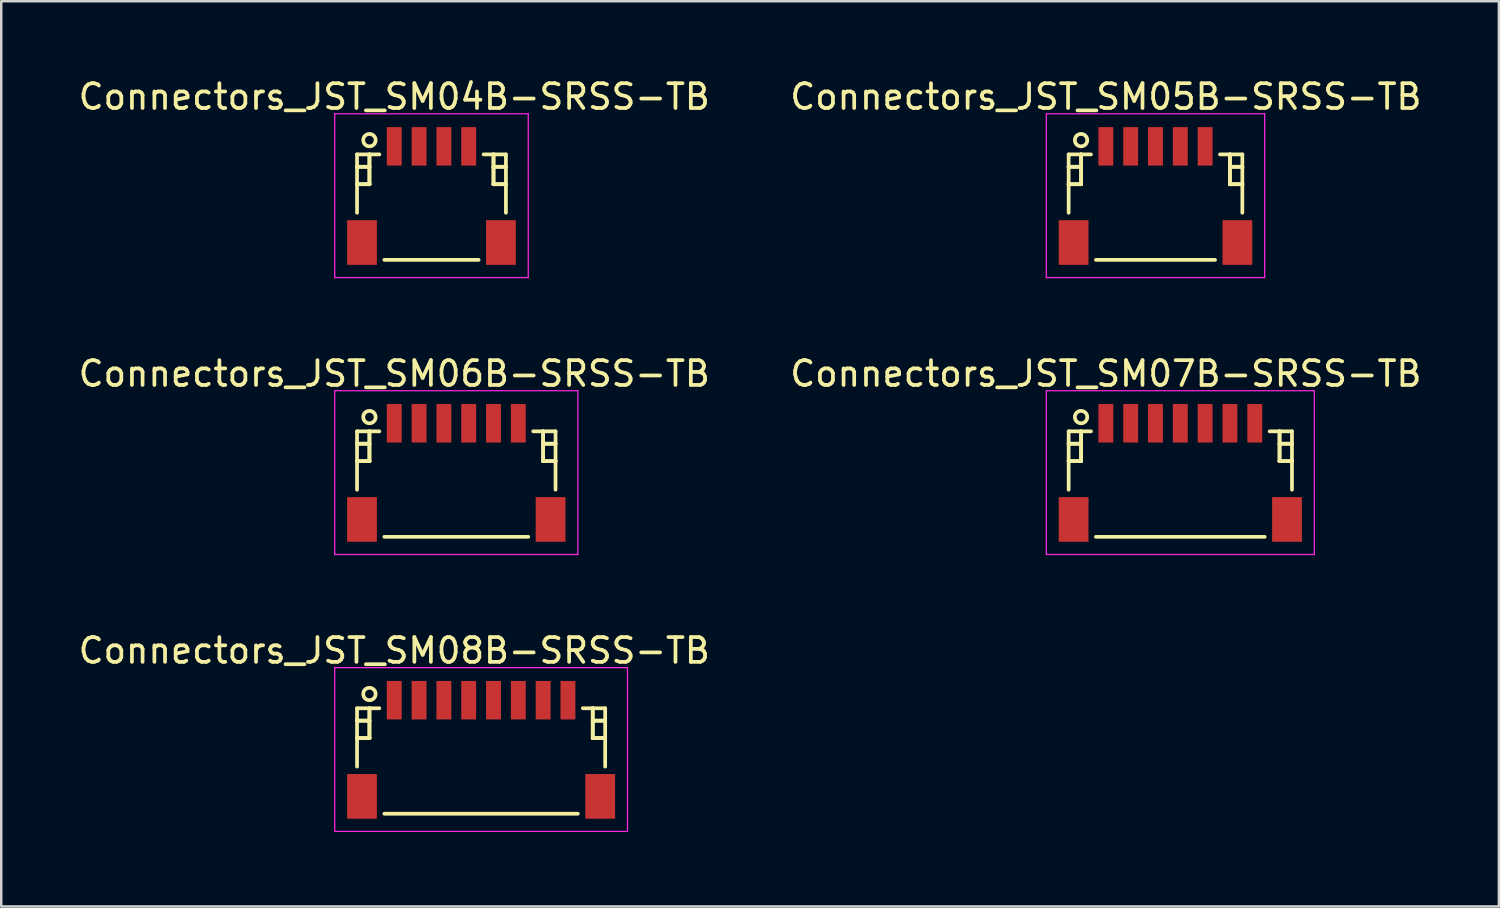
<source format=kicad_pcb>
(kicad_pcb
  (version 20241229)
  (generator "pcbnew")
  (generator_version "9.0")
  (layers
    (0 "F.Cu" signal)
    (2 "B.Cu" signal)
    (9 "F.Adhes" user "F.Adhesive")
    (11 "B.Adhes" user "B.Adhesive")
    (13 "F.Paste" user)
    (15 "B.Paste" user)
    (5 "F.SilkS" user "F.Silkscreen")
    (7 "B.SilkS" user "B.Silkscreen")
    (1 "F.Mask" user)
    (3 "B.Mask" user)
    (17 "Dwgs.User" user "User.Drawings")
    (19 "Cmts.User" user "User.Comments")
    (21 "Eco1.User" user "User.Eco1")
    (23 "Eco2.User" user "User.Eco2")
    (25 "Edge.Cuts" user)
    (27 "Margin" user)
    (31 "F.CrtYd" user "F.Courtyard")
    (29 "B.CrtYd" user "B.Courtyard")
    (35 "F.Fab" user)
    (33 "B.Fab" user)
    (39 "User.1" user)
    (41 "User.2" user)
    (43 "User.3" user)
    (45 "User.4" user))
  (footprint "Connectors_JST_SM06B-SRSS-TB"
    (layer "F.Cu")
    (at 15.339 15.947)
    (property "Reference" "Connectors_JST_SM06B-SRSS-TB" (at -2.5 -3.938 0) (layer "F.SilkS") (effects (font (size 1 1) (thickness 0.15))))
    (attr smd)
    (fp_line (start -4 -1.613) (end -3.1 -1.613) (stroke (width 0.15) (type solid)) (layer "F.SilkS"))
    (fp_line (start -4 -1.113) (end -4 -1.113) (stroke (width 0.15) (type solid)) (layer "F.SilkS"))
    (fp_line (start -4 -1.113) (end -3.5 -1.113) (stroke (width 0.15) (type solid)) (layer "F.SilkS"))
    (fp_line (start -4 -0.412) (end -4 -0.412) (stroke (width 0.15) (type solid)) (layer "F.SilkS"))
    (fp_line (start -4 -0.412) (end -3.5 -0.412) (stroke (width 0.15) (type solid)) (layer "F.SilkS"))
    (fp_line (start -4 0.738) (end -4 -1.613) (stroke (width 0.15) (type solid)) (layer "F.SilkS"))
    (fp_line (start -3.5 -1.613) (end -3.5 -1.613) (stroke (width 0.15) (type solid)) (layer "F.SilkS"))
    (fp_line (start -3.5 -1.613) (end -3.5 -0.412) (stroke (width 0.15) (type solid)) (layer "F.SilkS"))
    (fp_line (start -3.5 -1.113) (end -4 -1.113) (stroke (width 0.15) (type solid)) (layer "F.SilkS"))
    (fp_line (start -3.5 -1.113) (end -3.5 -1.113) (stroke (width 0.15) (type solid)) (layer "F.SilkS"))
    (fp_line (start -3.5 -0.412) (end -4 -0.412) (stroke (width 0.15) (type solid)) (layer "F.SilkS"))
    (fp_line (start -3.5 -0.412) (end -3.5 -1.613) (stroke (width 0.15) (type solid)) (layer "F.SilkS"))
    (fp_line (start -3.5 -0.412) (end -3.5 -0.412) (stroke (width 0.15) (type solid)) (layer "F.SilkS"))
    (fp_line (start -3.5 -0.412) (end -3.5 -0.412) (stroke (width 0.15) (type solid)) (layer "F.SilkS"))
    (fp_line (start -2.9 2.638) (end 2.9 2.638) (stroke (width 0.15) (type solid)) (layer "F.SilkS"))
    (fp_line (start 3.5 -1.613) (end 3.5 -1.613) (stroke (width 0.15) (type solid)) (layer "F.SilkS"))
    (fp_line (start 3.5 -1.613) (end 3.5 -0.412) (stroke (width 0.15) (type solid)) (layer "F.SilkS"))
    (fp_line (start 3.5 -1.113) (end 3.5 -1.113) (stroke (width 0.15) (type solid)) (layer "F.SilkS"))
    (fp_line (start 3.5 -1.113) (end 4 -1.113) (stroke (width 0.15) (type solid)) (layer "F.SilkS"))
    (fp_line (start 3.5 -0.412) (end 3.5 -1.613) (stroke (width 0.15) (type solid)) (layer "F.SilkS"))
    (fp_line (start 3.5 -0.412) (end 3.5 -0.412) (stroke (width 0.15) (type solid)) (layer "F.SilkS"))
    (fp_line (start 3.5 -0.412) (end 3.5 -0.412) (stroke (width 0.15) (type solid)) (layer "F.SilkS"))
    (fp_line (start 3.5 -0.412) (end 4 -0.412) (stroke (width 0.15) (type solid)) (layer "F.SilkS"))
    (fp_line (start 4 -1.613) (end 3.1 -1.613) (stroke (width 0.15) (type solid)) (layer "F.SilkS"))
    (fp_line (start 4 -1.113) (end 3.5 -1.113) (stroke (width 0.15) (type solid)) (layer "F.SilkS"))
    (fp_line (start 4 -1.113) (end 4 -1.113) (stroke (width 0.15) (type solid)) (layer "F.SilkS"))
    (fp_line (start 4 -0.412) (end 3.5 -0.412) (stroke (width 0.15) (type solid)) (layer "F.SilkS"))
    (fp_line (start 4 -0.412) (end 4 -0.412) (stroke (width 0.15) (type solid)) (layer "F.SilkS"))
    (fp_line (start 4 0.738) (end 4 -1.613) (stroke (width 0.15) (type solid)) (layer "F.SilkS"))
    (fp_circle (center -3.5 -2.188) (end -3.25 -2.188) (stroke (width 0.15) (type solid)) (fill no) (layer "F.SilkS"))
    (fp_line (start -4.9 -3.25) (end 4.9 -3.25) (stroke (width 0.05) (type solid)) (layer "F.CrtYd"))
    (fp_line (start -4.9 3.35) (end -4.9 -3.25) (stroke (width 0.05) (type solid)) (layer "F.CrtYd"))
    (fp_line (start 4.9 -3.25) (end 4.9 3.35) (stroke (width 0.05) (type solid)) (layer "F.CrtYd"))
    (fp_line (start 4.9 3.35) (end -4.9 3.35) (stroke (width 0.05) (type solid)) (layer "F.CrtYd"))
    (pad "" smd rect (at -3.8 1.938) (size 1.2 1.8) (layers "F.Cu" "F.Mask" "F.Paste"))
    (pad "" smd rect (at 3.8 1.938) (size 1.2 1.8) (layers "F.Cu" "F.Mask" "F.Paste"))
    (pad "1" smd rect (at -2.5 -1.938) (size 0.6 1.55) (layers "F.Cu" "F.Mask" "F.Paste"))
    (pad "2" smd rect (at -1.5 -1.938) (size 0.6 1.55) (layers "F.Cu" "F.Mask" "F.Paste"))
    (pad "3" smd rect (at -0.5 -1.938) (size 0.6 1.55) (layers "F.Cu" "F.Mask" "F.Paste"))
    (pad "4" smd rect (at 0.5 -1.938) (size 0.6 1.55) (layers "F.Cu" "F.Mask" "F.Paste"))
    (pad "5" smd rect (at 1.5 -1.938) (size 0.6 1.55) (layers "F.Cu" "F.Mask" "F.Paste"))
    (pad "6" smd rect (at 2.5 -1.938) (size 0.6 1.55) (layers "F.Cu" "F.Mask" "F.Paste")))
  (footprint "Connectors_JST_SM07B-SRSS-TB"
    (layer "F.Cu")
    (at 44.518 15.947)
    (property "Reference" "Connectors_JST_SM07B-SRSS-TB" (at -3 -3.938 0) (layer "F.SilkS") (effects (font (size 1 1) (thickness 0.15))))
    (attr smd)
    (fp_line (start -4.5 -1.613) (end -3.6 -1.613) (stroke (width 0.15) (type solid)) (layer "F.SilkS"))
    (fp_line (start -4.5 -1.113) (end -4.5 -1.113) (stroke (width 0.15) (type solid)) (layer "F.SilkS"))
    (fp_line (start -4.5 -1.113) (end -4 -1.113) (stroke (width 0.15) (type solid)) (layer "F.SilkS"))
    (fp_line (start -4.5 -0.412) (end -4.5 -0.412) (stroke (width 0.15) (type solid)) (layer "F.SilkS"))
    (fp_line (start -4.5 -0.412) (end -4 -0.412) (stroke (width 0.15) (type solid)) (layer "F.SilkS"))
    (fp_line (start -4.5 0.738) (end -4.5 -1.613) (stroke (width 0.15) (type solid)) (layer "F.SilkS"))
    (fp_line (start -4 -1.613) (end -4 -1.613) (stroke (width 0.15) (type solid)) (layer "F.SilkS"))
    (fp_line (start -4 -1.613) (end -4 -0.412) (stroke (width 0.15) (type solid)) (layer "F.SilkS"))
    (fp_line (start -4 -1.113) (end -4.5 -1.113) (stroke (width 0.15) (type solid)) (layer "F.SilkS"))
    (fp_line (start -4 -1.113) (end -4 -1.113) (stroke (width 0.15) (type solid)) (layer "F.SilkS"))
    (fp_line (start -4 -0.412) (end -4.5 -0.412) (stroke (width 0.15) (type solid)) (layer "F.SilkS"))
    (fp_line (start -4 -0.412) (end -4 -1.613) (stroke (width 0.15) (type solid)) (layer "F.SilkS"))
    (fp_line (start -4 -0.412) (end -4 -0.412) (stroke (width 0.15) (type solid)) (layer "F.SilkS"))
    (fp_line (start -4 -0.412) (end -4 -0.412) (stroke (width 0.15) (type solid)) (layer "F.SilkS"))
    (fp_line (start -3.4 2.638) (end 3.4 2.638) (stroke (width 0.15) (type solid)) (layer "F.SilkS"))
    (fp_line (start 4 -1.613) (end 4 -1.613) (stroke (width 0.15) (type solid)) (layer "F.SilkS"))
    (fp_line (start 4 -1.613) (end 4 -0.412) (stroke (width 0.15) (type solid)) (layer "F.SilkS"))
    (fp_line (start 4 -1.113) (end 4 -1.113) (stroke (width 0.15) (type solid)) (layer "F.SilkS"))
    (fp_line (start 4 -1.113) (end 4.5 -1.113) (stroke (width 0.15) (type solid)) (layer "F.SilkS"))
    (fp_line (start 4 -0.412) (end 4 -1.613) (stroke (width 0.15) (type solid)) (layer "F.SilkS"))
    (fp_line (start 4 -0.412) (end 4 -0.412) (stroke (width 0.15) (type solid)) (layer "F.SilkS"))
    (fp_line (start 4 -0.412) (end 4 -0.412) (stroke (width 0.15) (type solid)) (layer "F.SilkS"))
    (fp_line (start 4 -0.412) (end 4.5 -0.412) (stroke (width 0.15) (type solid)) (layer "F.SilkS"))
    (fp_line (start 4.5 -1.613) (end 3.6 -1.613) (stroke (width 0.15) (type solid)) (layer "F.SilkS"))
    (fp_line (start 4.5 -1.113) (end 4 -1.113) (stroke (width 0.15) (type solid)) (layer "F.SilkS"))
    (fp_line (start 4.5 -1.113) (end 4.5 -1.113) (stroke (width 0.15) (type solid)) (layer "F.SilkS"))
    (fp_line (start 4.5 -0.412) (end 4 -0.412) (stroke (width 0.15) (type solid)) (layer "F.SilkS"))
    (fp_line (start 4.5 -0.412) (end 4.5 -0.412) (stroke (width 0.15) (type solid)) (layer "F.SilkS"))
    (fp_line (start 4.5 0.738) (end 4.5 -1.613) (stroke (width 0.15) (type solid)) (layer "F.SilkS"))
    (fp_circle (center -4 -2.188) (end -3.75 -2.188) (stroke (width 0.15) (type solid)) (fill no) (layer "F.SilkS"))
    (fp_line (start -5.4 -3.25) (end 5.4 -3.25) (stroke (width 0.05) (type solid)) (layer "F.CrtYd"))
    (fp_line (start -5.4 3.35) (end -5.4 -3.25) (stroke (width 0.05) (type solid)) (layer "F.CrtYd"))
    (fp_line (start 5.4 -3.25) (end 5.4 3.35) (stroke (width 0.05) (type solid)) (layer "F.CrtYd"))
    (fp_line (start 5.4 3.35) (end -5.4 3.35) (stroke (width 0.05) (type solid)) (layer "F.CrtYd"))
    (pad "" smd rect (at -4.3 1.938) (size 1.2 1.8) (layers "F.Cu" "F.Mask" "F.Paste"))
    (pad "" smd rect (at 4.3 1.938) (size 1.2 1.8) (layers "F.Cu" "F.Mask" "F.Paste"))
    (pad "1" smd rect (at -3 -1.938) (size 0.6 1.55) (layers "F.Cu" "F.Mask" "F.Paste"))
    (pad "2" smd rect (at -2 -1.938) (size 0.6 1.55) (layers "F.Cu" "F.Mask" "F.Paste"))
    (pad "3" smd rect (at -1 -1.938) (size 0.6 1.55) (layers "F.Cu" "F.Mask" "F.Paste"))
    (pad "4" smd rect (at 0 -1.938) (size 0.6 1.55) (layers "F.Cu" "F.Mask" "F.Paste"))
    (pad "5" smd rect (at 1 -1.938) (size 0.6 1.55) (layers "F.Cu" "F.Mask" "F.Paste"))
    (pad "6" smd rect (at 2 -1.938) (size 0.6 1.55) (layers "F.Cu" "F.Mask" "F.Paste"))
    (pad "7" smd rect (at 3 -1.938) (size 0.6 1.55) (layers "F.Cu" "F.Mask" "F.Paste")))
  (footprint "Connectors_JST_SM08B-SRSS-TB"
    (layer "F.Cu")
    (at 16.339 27.107)
    (property "Reference" "Connectors_JST_SM08B-SRSS-TB" (at -3.5 -3.938 0) (layer "F.SilkS") (effects (font (size 1 1) (thickness 0.15))))
    (attr smd)
    (fp_line (start -5 -1.613) (end -4.1 -1.613) (stroke (width 0.15) (type solid)) (layer "F.SilkS"))
    (fp_line (start -5 -1.113) (end -5 -1.113) (stroke (width 0.15) (type solid)) (layer "F.SilkS"))
    (fp_line (start -5 -1.113) (end -4.5 -1.113) (stroke (width 0.15) (type solid)) (layer "F.SilkS"))
    (fp_line (start -5 -0.412) (end -5 -0.412) (stroke (width 0.15) (type solid)) (layer "F.SilkS"))
    (fp_line (start -5 -0.412) (end -4.5 -0.412) (stroke (width 0.15) (type solid)) (layer "F.SilkS"))
    (fp_line (start -5 0.738) (end -5 -1.613) (stroke (width 0.15) (type solid)) (layer "F.SilkS"))
    (fp_line (start -4.5 -1.613) (end -4.5 -1.613) (stroke (width 0.15) (type solid)) (layer "F.SilkS"))
    (fp_line (start -4.5 -1.613) (end -4.5 -0.412) (stroke (width 0.15) (type solid)) (layer "F.SilkS"))
    (fp_line (start -4.5 -1.113) (end -5 -1.113) (stroke (width 0.15) (type solid)) (layer "F.SilkS"))
    (fp_line (start -4.5 -1.113) (end -4.5 -1.113) (stroke (width 0.15) (type solid)) (layer "F.SilkS"))
    (fp_line (start -4.5 -0.412) (end -5 -0.412) (stroke (width 0.15) (type solid)) (layer "F.SilkS"))
    (fp_line (start -4.5 -0.412) (end -4.5 -1.613) (stroke (width 0.15) (type solid)) (layer "F.SilkS"))
    (fp_line (start -4.5 -0.412) (end -4.5 -0.412) (stroke (width 0.15) (type solid)) (layer "F.SilkS"))
    (fp_line (start -4.5 -0.412) (end -4.5 -0.412) (stroke (width 0.15) (type solid)) (layer "F.SilkS"))
    (fp_line (start -3.9 2.638) (end 3.9 2.638) (stroke (width 0.15) (type solid)) (layer "F.SilkS"))
    (fp_line (start 4.5 -1.613) (end 4.5 -1.613) (stroke (width 0.15) (type solid)) (layer "F.SilkS"))
    (fp_line (start 4.5 -1.613) (end 4.5 -0.412) (stroke (width 0.15) (type solid)) (layer "F.SilkS"))
    (fp_line (start 4.5 -1.113) (end 4.5 -1.113) (stroke (width 0.15) (type solid)) (layer "F.SilkS"))
    (fp_line (start 4.5 -1.113) (end 5 -1.113) (stroke (width 0.15) (type solid)) (layer "F.SilkS"))
    (fp_line (start 4.5 -0.412) (end 4.5 -1.613) (stroke (width 0.15) (type solid)) (layer "F.SilkS"))
    (fp_line (start 4.5 -0.412) (end 4.5 -0.412) (stroke (width 0.15) (type solid)) (layer "F.SilkS"))
    (fp_line (start 4.5 -0.412) (end 4.5 -0.412) (stroke (width 0.15) (type solid)) (layer "F.SilkS"))
    (fp_line (start 4.5 -0.412) (end 5 -0.412) (stroke (width 0.15) (type solid)) (layer "F.SilkS"))
    (fp_line (start 5 -1.613) (end 4.1 -1.613) (stroke (width 0.15) (type solid)) (layer "F.SilkS"))
    (fp_line (start 5 -1.113) (end 4.5 -1.113) (stroke (width 0.15) (type solid)) (layer "F.SilkS"))
    (fp_line (start 5 -1.113) (end 5 -1.113) (stroke (width 0.15) (type solid)) (layer "F.SilkS"))
    (fp_line (start 5 -0.412) (end 4.5 -0.412) (stroke (width 0.15) (type solid)) (layer "F.SilkS"))
    (fp_line (start 5 -0.412) (end 5 -0.412) (stroke (width 0.15) (type solid)) (layer "F.SilkS"))
    (fp_line (start 5 0.738) (end 5 -1.613) (stroke (width 0.15) (type solid)) (layer "F.SilkS"))
    (fp_circle (center -4.5 -2.188) (end -4.25 -2.188) (stroke (width 0.15) (type solid)) (fill no) (layer "F.SilkS"))
    (fp_line (start -5.9 -3.25) (end 5.9 -3.25) (stroke (width 0.05) (type solid)) (layer "F.CrtYd"))
    (fp_line (start -5.9 3.35) (end -5.9 -3.25) (stroke (width 0.05) (type solid)) (layer "F.CrtYd"))
    (fp_line (start 5.9 -3.25) (end 5.9 3.35) (stroke (width 0.05) (type solid)) (layer "F.CrtYd"))
    (fp_line (start 5.9 3.35) (end -5.9 3.35) (stroke (width 0.05) (type solid)) (layer "F.CrtYd"))
    (pad "" smd rect (at -4.8 1.938) (size 1.2 1.8) (layers "F.Cu" "F.Mask" "F.Paste"))
    (pad "" smd rect (at 4.8 1.938) (size 1.2 1.8) (layers "F.Cu" "F.Mask" "F.Paste"))
    (pad "1" smd rect (at -3.5 -1.938) (size 0.6 1.55) (layers "F.Cu" "F.Mask" "F.Paste"))
    (pad "2" smd rect (at -2.5 -1.938) (size 0.6 1.55) (layers "F.Cu" "F.Mask" "F.Paste"))
    (pad "3" smd rect (at -1.5 -1.938) (size 0.6 1.55) (layers "F.Cu" "F.Mask" "F.Paste"))
    (pad "4" smd rect (at -0.5 -1.938) (size 0.6 1.55) (layers "F.Cu" "F.Mask" "F.Paste"))
    (pad "5" smd rect (at 0.5 -1.938) (size 0.6 1.55) (layers "F.Cu" "F.Mask" "F.Paste"))
    (pad "6" smd rect (at 1.5 -1.938) (size 0.6 1.55) (layers "F.Cu" "F.Mask" "F.Paste"))
    (pad "7" smd rect (at 2.5 -1.938) (size 0.6 1.55) (layers "F.Cu" "F.Mask" "F.Paste"))
    (pad "8" smd rect (at 3.5 -1.938) (size 0.6 1.55) (layers "F.Cu" "F.Mask" "F.Paste")))
  (footprint "Connectors_JST_SM04B-SRSS-TB"
    (layer "F.Cu")
    (at 14.339 4.786)
    (property "Reference" "Connectors_JST_SM04B-SRSS-TB" (at -1.5 -3.938 0) (layer "F.SilkS") (effects (font (size 1 1) (thickness 0.15))))
    (attr smd)
    (fp_line (start -3 -1.613) (end -2.1 -1.613) (stroke (width 0.15) (type solid)) (layer "F.SilkS"))
    (fp_line (start -3 -1.113) (end -3 -1.113) (stroke (width 0.15) (type solid)) (layer "F.SilkS"))
    (fp_line (start -3 -1.113) (end -2.5 -1.113) (stroke (width 0.15) (type solid)) (layer "F.SilkS"))
    (fp_line (start -3 -0.412) (end -3 -0.412) (stroke (width 0.15) (type solid)) (layer "F.SilkS"))
    (fp_line (start -3 -0.412) (end -2.5 -0.412) (stroke (width 0.15) (type solid)) (layer "F.SilkS"))
    (fp_line (start -3 0.738) (end -3 -1.613) (stroke (width 0.15) (type solid)) (layer "F.SilkS"))
    (fp_line (start -2.5 -1.613) (end -2.5 -1.613) (stroke (width 0.15) (type solid)) (layer "F.SilkS"))
    (fp_line (start -2.5 -1.613) (end -2.5 -0.412) (stroke (width 0.15) (type solid)) (layer "F.SilkS"))
    (fp_line (start -2.5 -1.113) (end -3 -1.113) (stroke (width 0.15) (type solid)) (layer "F.SilkS"))
    (fp_line (start -2.5 -1.113) (end -2.5 -1.113) (stroke (width 0.15) (type solid)) (layer "F.SilkS"))
    (fp_line (start -2.5 -0.412) (end -3 -0.412) (stroke (width 0.15) (type solid)) (layer "F.SilkS"))
    (fp_line (start -2.5 -0.412) (end -2.5 -1.613) (stroke (width 0.15) (type solid)) (layer "F.SilkS"))
    (fp_line (start -2.5 -0.412) (end -2.5 -0.412) (stroke (width 0.15) (type solid)) (layer "F.SilkS"))
    (fp_line (start -2.5 -0.412) (end -2.5 -0.412) (stroke (width 0.15) (type solid)) (layer "F.SilkS"))
    (fp_line (start -1.9 2.638) (end 1.9 2.638) (stroke (width 0.15) (type solid)) (layer "F.SilkS"))
    (fp_line (start 2.5 -1.613) (end 2.5 -1.613) (stroke (width 0.15) (type solid)) (layer "F.SilkS"))
    (fp_line (start 2.5 -1.613) (end 2.5 -0.412) (stroke (width 0.15) (type solid)) (layer "F.SilkS"))
    (fp_line (start 2.5 -1.113) (end 2.5 -1.113) (stroke (width 0.15) (type solid)) (layer "F.SilkS"))
    (fp_line (start 2.5 -1.113) (end 3 -1.113) (stroke (width 0.15) (type solid)) (layer "F.SilkS"))
    (fp_line (start 2.5 -0.412) (end 2.5 -1.613) (stroke (width 0.15) (type solid)) (layer "F.SilkS"))
    (fp_line (start 2.5 -0.412) (end 2.5 -0.412) (stroke (width 0.15) (type solid)) (layer "F.SilkS"))
    (fp_line (start 2.5 -0.412) (end 2.5 -0.412) (stroke (width 0.15) (type solid)) (layer "F.SilkS"))
    (fp_line (start 2.5 -0.412) (end 3 -0.412) (stroke (width 0.15) (type solid)) (layer "F.SilkS"))
    (fp_line (start 3 -1.613) (end 2.1 -1.613) (stroke (width 0.15) (type solid)) (layer "F.SilkS"))
    (fp_line (start 3 -1.113) (end 2.5 -1.113) (stroke (width 0.15) (type solid)) (layer "F.SilkS"))
    (fp_line (start 3 -1.113) (end 3 -1.113) (stroke (width 0.15) (type solid)) (layer "F.SilkS"))
    (fp_line (start 3 -0.412) (end 2.5 -0.412) (stroke (width 0.15) (type solid)) (layer "F.SilkS"))
    (fp_line (start 3 -0.412) (end 3 -0.412) (stroke (width 0.15) (type solid)) (layer "F.SilkS"))
    (fp_line (start 3 0.738) (end 3 -1.613) (stroke (width 0.15) (type solid)) (layer "F.SilkS"))
    (fp_circle (center -2.5 -2.188) (end -2.25 -2.188) (stroke (width 0.15) (type solid)) (fill no) (layer "F.SilkS"))
    (fp_line (start -3.9 -3.25) (end 3.9 -3.25) (stroke (width 0.05) (type solid)) (layer "F.CrtYd"))
    (fp_line (start -3.9 3.35) (end -3.9 -3.25) (stroke (width 0.05) (type solid)) (layer "F.CrtYd"))
    (fp_line (start 3.9 -3.25) (end 3.9 3.35) (stroke (width 0.05) (type solid)) (layer "F.CrtYd"))
    (fp_line (start 3.9 3.35) (end -3.9 3.35) (stroke (width 0.05) (type solid)) (layer "F.CrtYd"))
    (pad "" smd rect (at -2.8 1.938) (size 1.2 1.8) (layers "F.Cu" "F.Mask" "F.Paste"))
    (pad "" smd rect (at 2.8 1.938) (size 1.2 1.8) (layers "F.Cu" "F.Mask" "F.Paste"))
    (pad "1" smd rect (at -1.5 -1.938) (size 0.6 1.55) (layers "F.Cu" "F.Mask" "F.Paste"))
    (pad "2" smd rect (at -0.5 -1.938) (size 0.6 1.55) (layers "F.Cu" "F.Mask" "F.Paste"))
    (pad "3" smd rect (at 0.5 -1.938) (size 0.6 1.55) (layers "F.Cu" "F.Mask" "F.Paste"))
    (pad "4" smd rect (at 1.5 -1.938) (size 0.6 1.55) (layers "F.Cu" "F.Mask" "F.Paste")))
  (footprint "Connectors_JST_SM05B-SRSS-TB"
    (layer "F.Cu")
    (at 43.518 4.786)
    (property "Reference" "Connectors_JST_SM05B-SRSS-TB" (at -2 -3.938 0) (layer "F.SilkS") (effects (font (size 1 1) (thickness 0.15))))
    (attr smd)
    (fp_line (start -3.5 -1.613) (end -2.6 -1.613) (stroke (width 0.15) (type solid)) (layer "F.SilkS"))
    (fp_line (start -3.5 -1.113) (end -3.5 -1.113) (stroke (width 0.15) (type solid)) (layer "F.SilkS"))
    (fp_line (start -3.5 -1.113) (end -3 -1.113) (stroke (width 0.15) (type solid)) (layer "F.SilkS"))
    (fp_line (start -3.5 -0.412) (end -3.5 -0.412) (stroke (width 0.15) (type solid)) (layer "F.SilkS"))
    (fp_line (start -3.5 -0.412) (end -3 -0.412) (stroke (width 0.15) (type solid)) (layer "F.SilkS"))
    (fp_line (start -3.5 0.738) (end -3.5 -1.613) (stroke (width 0.15) (type solid)) (layer "F.SilkS"))
    (fp_line (start -3 -1.613) (end -3 -1.613) (stroke (width 0.15) (type solid)) (layer "F.SilkS"))
    (fp_line (start -3 -1.613) (end -3 -0.412) (stroke (width 0.15) (type solid)) (layer "F.SilkS"))
    (fp_line (start -3 -1.113) (end -3.5 -1.113) (stroke (width 0.15) (type solid)) (layer "F.SilkS"))
    (fp_line (start -3 -1.113) (end -3 -1.113) (stroke (width 0.15) (type solid)) (layer "F.SilkS"))
    (fp_line (start -3 -0.412) (end -3.5 -0.412) (stroke (width 0.15) (type solid)) (layer "F.SilkS"))
    (fp_line (start -3 -0.412) (end -3 -1.613) (stroke (width 0.15) (type solid)) (layer "F.SilkS"))
    (fp_line (start -3 -0.412) (end -3 -0.412) (stroke (width 0.15) (type solid)) (layer "F.SilkS"))
    (fp_line (start -3 -0.412) (end -3 -0.412) (stroke (width 0.15) (type solid)) (layer "F.SilkS"))
    (fp_line (start -2.4 2.638) (end 2.4 2.638) (stroke (width 0.15) (type solid)) (layer "F.SilkS"))
    (fp_line (start 3 -1.613) (end 3 -1.613) (stroke (width 0.15) (type solid)) (layer "F.SilkS"))
    (fp_line (start 3 -1.613) (end 3 -0.412) (stroke (width 0.15) (type solid)) (layer "F.SilkS"))
    (fp_line (start 3 -1.113) (end 3 -1.113) (stroke (width 0.15) (type solid)) (layer "F.SilkS"))
    (fp_line (start 3 -1.113) (end 3.5 -1.113) (stroke (width 0.15) (type solid)) (layer "F.SilkS"))
    (fp_line (start 3 -0.412) (end 3 -1.613) (stroke (width 0.15) (type solid)) (layer "F.SilkS"))
    (fp_line (start 3 -0.412) (end 3 -0.412) (stroke (width 0.15) (type solid)) (layer "F.SilkS"))
    (fp_line (start 3 -0.412) (end 3 -0.412) (stroke (width 0.15) (type solid)) (layer "F.SilkS"))
    (fp_line (start 3 -0.412) (end 3.5 -0.412) (stroke (width 0.15) (type solid)) (layer "F.SilkS"))
    (fp_line (start 3.5 -1.613) (end 2.6 -1.613) (stroke (width 0.15) (type solid)) (layer "F.SilkS"))
    (fp_line (start 3.5 -1.113) (end 3 -1.113) (stroke (width 0.15) (type solid)) (layer "F.SilkS"))
    (fp_line (start 3.5 -1.113) (end 3.5 -1.113) (stroke (width 0.15) (type solid)) (layer "F.SilkS"))
    (fp_line (start 3.5 -0.412) (end 3 -0.412) (stroke (width 0.15) (type solid)) (layer "F.SilkS"))
    (fp_line (start 3.5 -0.412) (end 3.5 -0.412) (stroke (width 0.15) (type solid)) (layer "F.SilkS"))
    (fp_line (start 3.5 0.738) (end 3.5 -1.613) (stroke (width 0.15) (type solid)) (layer "F.SilkS"))
    (fp_circle (center -3 -2.188) (end -2.75 -2.188) (stroke (width 0.15) (type solid)) (fill no) (layer "F.SilkS"))
    (fp_line (start -4.4 -3.25) (end 4.4 -3.25) (stroke (width 0.05) (type solid)) (layer "F.CrtYd"))
    (fp_line (start -4.4 3.35) (end -4.4 -3.25) (stroke (width 0.05) (type solid)) (layer "F.CrtYd"))
    (fp_line (start 4.4 -3.25) (end 4.4 3.35) (stroke (width 0.05) (type solid)) (layer "F.CrtYd"))
    (fp_line (start 4.4 3.35) (end -4.4 3.35) (stroke (width 0.05) (type solid)) (layer "F.CrtYd"))
    (pad "" smd rect (at -3.3 1.938) (size 1.2 1.8) (layers "F.Cu" "F.Mask" "F.Paste"))
    (pad "" smd rect (at 3.3 1.938) (size 1.2 1.8) (layers "F.Cu" "F.Mask" "F.Paste"))
    (pad "1" smd rect (at -2 -1.938) (size 0.6 1.55) (layers "F.Cu" "F.Mask" "F.Paste"))
    (pad "2" smd rect (at -1 -1.938) (size 0.6 1.55) (layers "F.Cu" "F.Mask" "F.Paste"))
    (pad "3" smd rect (at 0 -1.938) (size 0.6 1.55) (layers "F.Cu" "F.Mask" "F.Paste"))
    (pad "4" smd rect (at 1 -1.938) (size 0.6 1.55) (layers "F.Cu" "F.Mask" "F.Paste"))
    (pad "5" smd rect (at 2 -1.938) (size 0.6 1.55) (layers "F.Cu" "F.Mask" "F.Paste")))
  (gr_rect
    (start -3 -3)
    (end 57.357 33.482)
    (stroke (width 0.1) (type default))
    (fill no)
    (layer "Edge.Cuts")))
</source>
